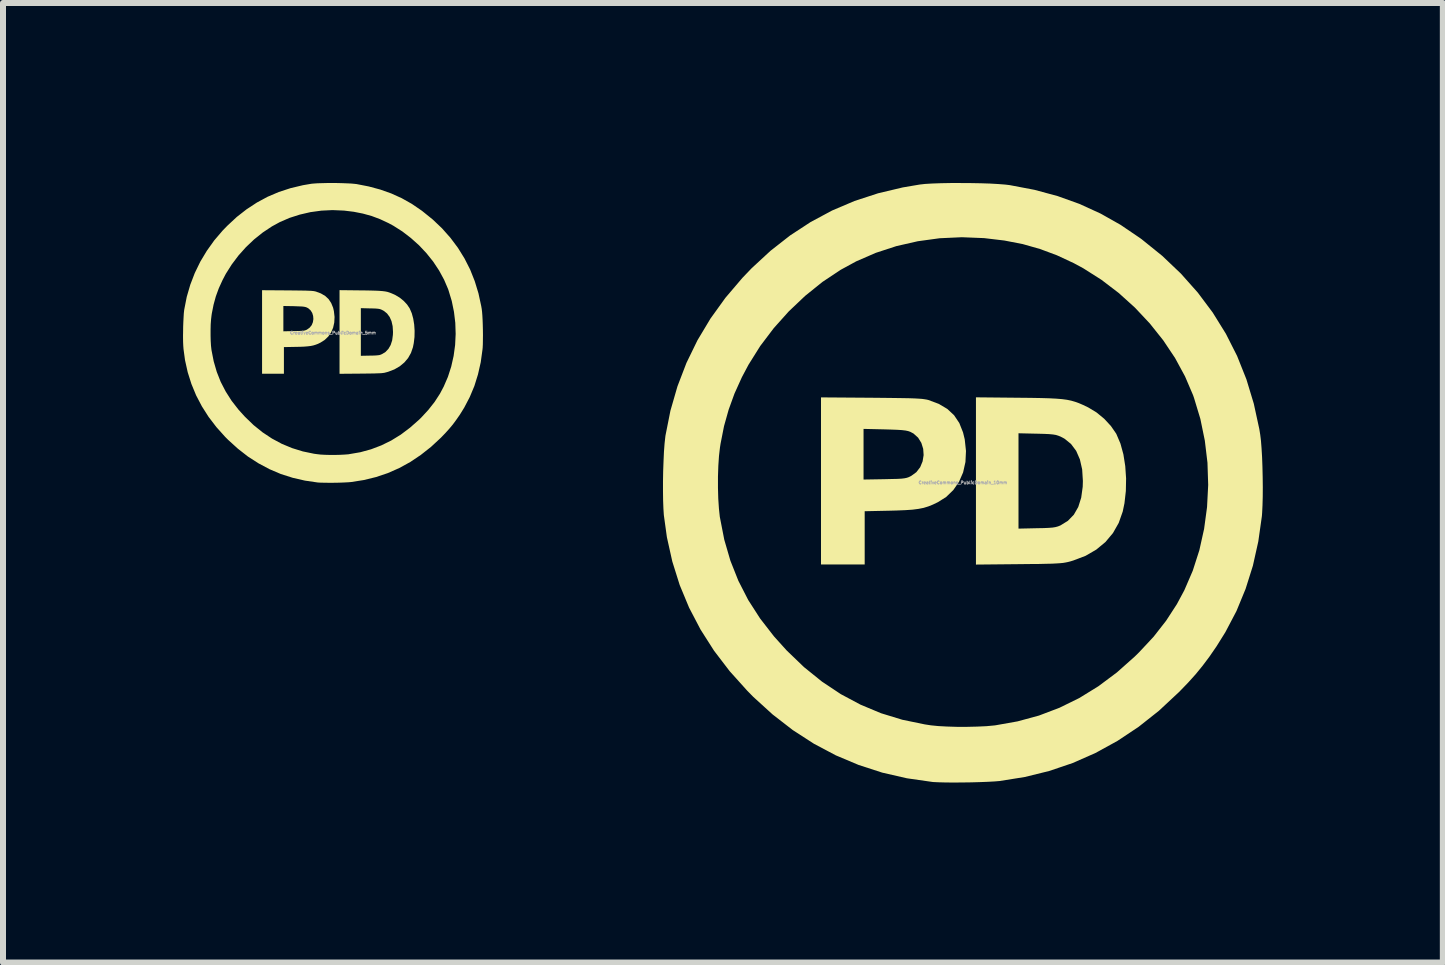
<source format=kicad_pcb>
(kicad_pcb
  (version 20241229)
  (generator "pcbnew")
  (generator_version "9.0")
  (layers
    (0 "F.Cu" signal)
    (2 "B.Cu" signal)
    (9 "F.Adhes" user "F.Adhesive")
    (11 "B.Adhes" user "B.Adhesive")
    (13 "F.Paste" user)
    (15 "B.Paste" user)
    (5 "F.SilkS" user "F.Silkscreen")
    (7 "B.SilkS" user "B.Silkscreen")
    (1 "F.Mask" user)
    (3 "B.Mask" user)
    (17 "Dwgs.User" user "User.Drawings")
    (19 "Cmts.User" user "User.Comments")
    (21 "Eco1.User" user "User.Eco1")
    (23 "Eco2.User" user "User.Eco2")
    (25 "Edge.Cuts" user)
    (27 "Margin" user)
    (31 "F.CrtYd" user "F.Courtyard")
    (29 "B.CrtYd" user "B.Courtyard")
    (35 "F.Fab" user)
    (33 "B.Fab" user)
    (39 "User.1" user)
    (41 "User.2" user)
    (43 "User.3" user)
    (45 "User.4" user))
  (footprint "CreativeCommons_PublicDomain_10mm"
    (layer "F.Cu")
    (at 12.995 4.992)
    (property "Reference" "CreativeCommons_PublicDomain_10mm" (at 0 0 0) (layer "F.Fab") (effects (font (size 0.05 0.05) (thickness 0.013))))
    (attr board_only exclude_from_pos_files exclude_from_bom)
    (fp_poly (pts (xy -1.523 -1.414) (xy -1.321 -1.412) (xy -1.152 -1.41) (xy -1.013 -1.408) (xy -0.899 -1.406) (xy -0.808 -1.403) (xy -0.737 -1.399) (xy -0.681 -1.395) (xy -0.637 -1.389) (xy -0.601 -1.383) (xy -0.573 -1.376) (xy -0.402 -1.312) (xy -0.26 -1.228) (xy -0.146 -1.122) (xy -0.059 -0.992) (xy 0.003 -0.836) (xy 0.031 -0.721) (xy 0.052 -0.527) (xy 0.043 -0.343) (xy 0.004 -0.17) (xy -0.064 -0.014) (xy -0.159 0.124) (xy -0.279 0.24) (xy -0.416 0.326) (xy -0.499 0.366) (xy -0.576 0.397) (xy -0.654 0.421) (xy -0.74 0.438) (xy -0.84 0.451) (xy -0.959 0.459) (xy -1.104 0.465) (xy -1.214 0.468) (xy -1.636 0.477) (xy -1.636 1.364) (xy -2.364 1.364) (xy -2.364 -0.895) (xy -1.655 -0.895) (xy -1.655 -0.051) (xy -1.304 -0.057) (xy -1.182 -0.06) (xy -1.09 -0.062) (xy -1.022 -0.066) (xy -0.972 -0.072) (xy -0.934 -0.08) (xy -0.902 -0.091) (xy -0.87 -0.107) (xy -0.863 -0.11) (xy -0.775 -0.174) (xy -0.711 -0.257) (xy -0.671 -0.354) (xy -0.654 -0.458) (xy -0.661 -0.562) (xy -0.692 -0.662) (xy -0.746 -0.749) (xy -0.823 -0.818) (xy -0.878 -0.847) (xy -0.913 -0.859) (xy -0.957 -0.868) (xy -1.017 -0.875) (xy -1.097 -0.88) (xy -1.204 -0.884) (xy -1.305 -0.887) (xy -1.655 -0.895) (xy -2.364 -0.895) (xy -2.364 -1.42)) (stroke (width 0) (type solid)) (fill yes) (layer "F.SilkS"))
    (fp_poly (pts (xy 0.932 -1.414) (xy 1.131 -1.412) (xy 1.299 -1.409) (xy 1.439 -1.405) (xy 1.555 -1.399) (xy 1.652 -1.391) (xy 1.735 -1.38) (xy 1.807 -1.365) (xy 1.872 -1.346) (xy 1.936 -1.323) (xy 2.003 -1.294) (xy 2.076 -1.259) (xy 2.09 -1.252) (xy 2.226 -1.17) (xy 2.355 -1.064) (xy 2.467 -0.943) (xy 2.554 -0.817) (xy 2.56 -0.805) (xy 2.626 -0.65) (xy 2.675 -0.471) (xy 2.706 -0.275) (xy 2.72 -0.068) (xy 2.716 0.14) (xy 2.693 0.343) (xy 2.664 0.482) (xy 2.597 0.672) (xy 2.501 0.841) (xy 2.376 0.99) (xy 2.224 1.116) (xy 2.045 1.22) (xy 1.84 1.298) (xy 1.791 1.313) (xy 1.752 1.323) (xy 1.713 1.331) (xy 1.671 1.338) (xy 1.621 1.343) (xy 1.56 1.347) (xy 1.482 1.351) (xy 1.385 1.353) (xy 1.263 1.356) (xy 1.113 1.357) (xy 0.932 1.359) (xy 0.218 1.366) (xy 0.218 -0.822) (xy 0.927 -0.822) (xy 0.927 0.767) (xy 1.232 0.76) (xy 1.347 0.758) (xy 1.434 0.754) (xy 1.497 0.749) (xy 1.545 0.741) (xy 1.585 0.73) (xy 1.622 0.715) (xy 1.627 0.713) (xy 1.75 0.637) (xy 1.849 0.535) (xy 1.923 0.406) (xy 1.972 0.251) (xy 1.997 0.07) (xy 2 -0.027) (xy 1.988 -0.22) (xy 1.95 -0.387) (xy 1.888 -0.529) (xy 1.802 -0.644) (xy 1.692 -0.733) (xy 1.627 -0.767) (xy 1.589 -0.782) (xy 1.55 -0.794) (xy 1.502 -0.802) (xy 1.439 -0.808) (xy 1.354 -0.812) (xy 1.24 -0.815) (xy 1.232 -0.815) (xy 0.927 -0.822) (xy 0.218 -0.822) (xy 0.218 -1.421)) (stroke (width 0) (type solid)) (fill yes) (layer "F.SilkS"))
    (fp_poly (pts (xy 0.131 -4.991) (xy 0.298 -4.988) (xy 0.454 -4.983) (xy 0.593 -4.975) (xy 0.708 -4.966) (xy 0.782 -4.957) (xy 1.192 -4.879) (xy 1.578 -4.775) (xy 1.943 -4.644) (xy 2.291 -4.485) (xy 2.625 -4.297) (xy 2.948 -4.078) (xy 2.98 -4.055) (xy 3.323 -3.778) (xy 3.634 -3.482) (xy 3.915 -3.166) (xy 4.164 -2.833) (xy 4.383 -2.48) (xy 4.57 -2.11) (xy 4.725 -1.721) (xy 4.848 -1.315) (xy 4.94 -0.892) (xy 4.955 -0.8) (xy 4.967 -0.702) (xy 4.977 -0.575) (xy 4.986 -0.427) (xy 4.992 -0.264) (xy 4.996 -0.094) (xy 4.998 0.074) (xy 4.997 0.235) (xy 4.993 0.381) (xy 4.987 0.503) (xy 4.983 0.557) (xy 4.923 0.981) (xy 4.833 1.385) (xy 4.711 1.772) (xy 4.559 2.141) (xy 4.374 2.493) (xy 4.228 2.727) (xy 4.109 2.9) (xy 3.995 3.052) (xy 3.879 3.194) (xy 3.751 3.336) (xy 3.603 3.489) (xy 3.591 3.5) (xy 3.266 3.803) (xy 2.927 4.071) (xy 2.575 4.305) (xy 2.209 4.506) (xy 1.83 4.673) (xy 1.437 4.806) (xy 1.031 4.906) (xy 0.61 4.973) (xy 0.609 4.973) (xy 0.524 4.98) (xy 0.412 4.986) (xy 0.281 4.991) (xy 0.138 4.995) (xy -0.01 4.997) (xy -0.153 4.998) (xy -0.286 4.997) (xy -0.4 4.994) (xy -0.488 4.99) (xy -0.509 4.988) (xy -0.933 4.927) (xy -1.343 4.833) (xy -1.737 4.705) (xy -2.117 4.545) (xy -2.483 4.351) (xy -2.834 4.124) (xy -3.171 3.863) (xy -3.494 3.569) (xy -3.594 3.467) (xy -3.887 3.141) (xy -4.146 2.802) (xy -4.371 2.449) (xy -4.562 2.084) (xy -4.719 1.706) (xy -4.842 1.314) (xy -4.932 0.91) (xy -4.983 0.54) (xy -4.99 0.432) (xy -4.995 0.297) (xy -4.997 0.142) (xy -4.997 0.086) (xy -4.081 0.086) (xy -4.076 0.267) (xy -4.065 0.432) (xy -4.05 0.573) (xy -4.048 0.582) (xy -3.976 0.951) (xy -3.874 1.301) (xy -3.741 1.636) (xy -3.577 1.956) (xy -3.379 2.264) (xy -3.148 2.562) (xy -2.936 2.797) (xy -2.648 3.074) (xy -2.348 3.316) (xy -2.034 3.525) (xy -1.706 3.7) (xy -1.364 3.843) (xy -1.008 3.952) (xy -0.635 4.029) (xy -0.531 4.045) (xy -0.41 4.057) (xy -0.263 4.065) (xy -0.099 4.07) (xy 0.071 4.07) (xy 0.237 4.066) (xy 0.391 4.059) (xy 0.52 4.047) (xy 0.539 4.045) (xy 0.911 3.979) (xy 1.268 3.882) (xy 1.61 3.752) (xy 1.94 3.59) (xy 2.259 3.393) (xy 2.567 3.163) (xy 2.865 2.898) (xy 2.937 2.827) (xy 3.178 2.569) (xy 3.386 2.303) (xy 3.566 2.026) (xy 3.691 1.793) (xy 3.831 1.468) (xy 3.941 1.126) (xy 4.02 0.771) (xy 4.069 0.408) (xy 4.088 0.039) (xy 4.076 -0.331) (xy 4.032 -0.699) (xy 3.958 -1.06) (xy 3.852 -1.411) (xy 3.836 -1.457) (xy 3.702 -1.77) (xy 3.536 -2.076) (xy 3.339 -2.371) (xy 3.115 -2.652) (xy 2.867 -2.916) (xy 2.598 -3.159) (xy 2.311 -3.378) (xy 2.009 -3.57) (xy 1.85 -3.656) (xy 1.567 -3.788) (xy 1.285 -3.893) (xy 0.996 -3.975) (xy 0.691 -4.034) (xy 0.363 -4.073) (xy 0.355 -4.074) (xy -0.017 -4.089) (xy -0.387 -4.072) (xy -0.751 -4.022) (xy -1.107 -3.941) (xy -1.45 -3.829) (xy -1.777 -3.687) (xy -2.036 -3.546) (xy -2.34 -3.344) (xy -2.629 -3.111) (xy -2.901 -2.853) (xy -3.151 -2.574) (xy -3.376 -2.277) (xy -3.571 -1.966) (xy -3.682 -1.757) (xy -3.806 -1.483) (xy -3.903 -1.215) (xy -3.98 -0.941) (xy -4.038 -0.647) (xy -4.048 -0.582) (xy -4.064 -0.443) (xy -4.075 -0.279) (xy -4.081 -0.099) (xy -4.081 0.086) (xy -4.997 0.086) (xy -4.997 -0.023) (xy -4.994 -0.193) (xy -4.988 -0.358) (xy -4.981 -0.513) (xy -4.971 -0.648) (xy -4.959 -0.757) (xy -4.956 -0.782) (xy -4.873 -1.199) (xy -4.756 -1.604) (xy -4.606 -1.995) (xy -4.423 -2.371) (xy -4.206 -2.733) (xy -3.957 -3.079) (xy -3.675 -3.41) (xy -3.519 -3.573) (xy -3.205 -3.863) (xy -2.878 -4.119) (xy -2.537 -4.342) (xy -2.179 -4.534) (xy -1.805 -4.693) (xy -1.413 -4.821) (xy -1.001 -4.919) (xy -0.718 -4.967) (xy -0.628 -4.977) (xy -0.509 -4.984) (xy -0.367 -4.989) (xy -0.208 -4.992) (xy -0.04 -4.992)) (stroke (width 0) (type solid)) (fill yes) (layer "F.SilkS")))
  (footprint "CreativeCommons_PublicDomain_5mm"
    (layer "F.Cu")
    (at 2.499 2.496)
    (property "Reference" "CreativeCommons_PublicDomain_5mm" (at 0 0 0) (layer "F.Fab") (effects (font (size 0.05 0.05) (thickness 0.013))))
    (attr board_only exclude_from_pos_files exclude_from_bom)
    (fp_poly (pts (xy -0.761 -0.707) (xy -0.66 -0.706) (xy -0.576 -0.705) (xy -0.506 -0.704) (xy -0.45 -0.703) (xy -0.404 -0.701) (xy -0.368 -0.7) (xy -0.34 -0.697) (xy -0.318 -0.695) (xy -0.301 -0.691) (xy -0.286 -0.688) (xy -0.201 -0.656) (xy -0.13 -0.614) (xy -0.073 -0.561) (xy -0.03 -0.496) (xy 0.002 -0.418) (xy 0.015 -0.361) (xy 0.026 -0.264) (xy 0.021 -0.171) (xy 0.002 -0.085) (xy -0.032 -0.007) (xy -0.079 0.062) (xy -0.14 0.12) (xy -0.208 0.163) (xy -0.249 0.183) (xy -0.288 0.198) (xy -0.327 0.21) (xy -0.37 0.219) (xy -0.42 0.225) (xy -0.479 0.23) (xy -0.552 0.233) (xy -0.607 0.234) (xy -0.818 0.238) (xy -0.818 0.682) (xy -1.182 0.682) (xy -1.182 -0.447) (xy -0.827 -0.447) (xy -0.827 -0.025) (xy -0.652 -0.029) (xy -0.591 -0.03) (xy -0.545 -0.031) (xy -0.511 -0.033) (xy -0.486 -0.036) (xy -0.467 -0.04) (xy -0.451 -0.046) (xy -0.435 -0.053) (xy -0.432 -0.055) (xy -0.388 -0.087) (xy -0.355 -0.128) (xy -0.335 -0.177) (xy -0.327 -0.229) (xy -0.331 -0.281) (xy -0.346 -0.331) (xy -0.373 -0.374) (xy -0.412 -0.409) (xy -0.439 -0.423) (xy -0.456 -0.429) (xy -0.479 -0.434) (xy -0.508 -0.438) (xy -0.549 -0.44) (xy -0.602 -0.442) (xy -0.652 -0.444) (xy -0.827 -0.447) (xy -1.182 -0.447) (xy -1.182 -0.71)) (stroke (width 0) (type solid)) (fill yes) (layer "F.SilkS"))
    (fp_poly (pts (xy 0.466 -0.707) (xy 0.566 -0.706) (xy 0.649 -0.704) (xy 0.719 -0.702) (xy 0.778 -0.699) (xy 0.826 -0.695) (xy 0.867 -0.69) (xy 0.903 -0.683) (xy 0.936 -0.673) (xy 0.968 -0.661) (xy 1.001 -0.647) (xy 1.038 -0.63) (xy 1.045 -0.626) (xy 1.113 -0.585) (xy 1.178 -0.532) (xy 1.234 -0.472) (xy 1.277 -0.408) (xy 1.28 -0.402) (xy 1.313 -0.325) (xy 1.337 -0.236) (xy 1.353 -0.137) (xy 1.36 -0.034) (xy 1.358 0.07) (xy 1.346 0.171) (xy 1.332 0.241) (xy 1.299 0.336) (xy 1.251 0.421) (xy 1.188 0.495) (xy 1.112 0.558) (xy 1.022 0.61) (xy 0.92 0.649) (xy 0.895 0.656) (xy 0.876 0.661) (xy 0.857 0.666) (xy 0.836 0.669) (xy 0.811 0.672) (xy 0.78 0.674) (xy 0.741 0.675) (xy 0.692 0.677) (xy 0.632 0.678) (xy 0.557 0.679) (xy 0.466 0.68) (xy 0.109 0.683) (xy 0.109 -0.411) (xy 0.464 -0.411) (xy 0.464 0.383) (xy 0.616 0.38) (xy 0.674 0.379) (xy 0.717 0.377) (xy 0.749 0.374) (xy 0.773 0.371) (xy 0.792 0.365) (xy 0.811 0.357) (xy 0.814 0.356) (xy 0.875 0.319) (xy 0.924 0.267) (xy 0.961 0.203) (xy 0.986 0.126) (xy 0.998 0.035) (xy 1 -0.014) (xy 0.994 -0.11) (xy 0.975 -0.194) (xy 0.944 -0.264) (xy 0.901 -0.322) (xy 0.846 -0.366) (xy 0.814 -0.383) (xy 0.795 -0.391) (xy 0.775 -0.397) (xy 0.751 -0.401) (xy 0.719 -0.404) (xy 0.677 -0.406) (xy 0.62 -0.407) (xy 0.616 -0.407) (xy 0.464 -0.411) (xy 0.109 -0.411) (xy 0.109 -0.711)) (stroke (width 0) (type solid)) (fill yes) (layer "F.SilkS"))
    (fp_poly (pts (xy 0.065 -2.496) (xy 0.149 -2.494) (xy 0.227 -2.491) (xy 0.297 -2.488) (xy 0.354 -2.483) (xy 0.391 -2.479) (xy 0.596 -2.439) (xy 0.789 -2.387) (xy 0.972 -2.322) (xy 1.146 -2.243) (xy 1.313 -2.149) (xy 1.474 -2.039) (xy 1.49 -2.027) (xy 1.661 -1.889) (xy 1.817 -1.741) (xy 1.957 -1.583) (xy 2.082 -1.416) (xy 2.191 -1.24) (xy 2.285 -1.055) (xy 2.362 -0.861) (xy 2.424 -0.658) (xy 2.47 -0.446) (xy 2.478 -0.4) (xy 2.484 -0.351) (xy 2.489 -0.288) (xy 2.493 -0.213) (xy 2.496 -0.132) (xy 2.498 -0.047) (xy 2.499 0.037) (xy 2.498 0.118) (xy 2.497 0.19) (xy 2.494 0.252) (xy 2.491 0.279) (xy 2.462 0.49) (xy 2.416 0.693) (xy 2.356 0.886) (xy 2.279 1.07) (xy 2.187 1.246) (xy 2.114 1.364) (xy 2.054 1.45) (xy 1.998 1.526) (xy 1.939 1.597) (xy 1.875 1.668) (xy 1.801 1.745) (xy 1.796 1.75) (xy 1.633 1.901) (xy 1.463 2.035) (xy 1.287 2.153) (xy 1.105 2.253) (xy 0.915 2.337) (xy 0.719 2.403) (xy 0.515 2.453) (xy 0.305 2.486) (xy 0.305 2.486) (xy 0.262 2.49) (xy 0.206 2.493) (xy 0.14 2.496) (xy 0.069 2.498) (xy -0.005 2.499) (xy -0.077 2.499) (xy -0.143 2.498) (xy -0.2 2.497) (xy -0.244 2.495) (xy -0.255 2.494) (xy -0.467 2.463) (xy -0.671 2.416) (xy -0.869 2.353) (xy -1.059 2.272) (xy -1.241 2.175) (xy -1.417 2.062) (xy -1.585 1.931) (xy -1.747 1.784) (xy -1.797 1.734) (xy -1.944 1.57) (xy -2.073 1.401) (xy -2.185 1.225) (xy -2.281 1.042) (xy -2.359 0.853) (xy -2.421 0.657) (xy -2.466 0.455) (xy -2.491 0.27) (xy -2.495 0.216) (xy -2.498 0.148) (xy -2.499 0.071) (xy -2.499 0.043) (xy -2.04 0.043) (xy -2.038 0.133) (xy -2.033 0.216) (xy -2.025 0.286) (xy -2.024 0.291) (xy -1.988 0.475) (xy -1.937 0.651) (xy -1.871 0.818) (xy -1.788 0.978) (xy -1.69 1.132) (xy -1.574 1.281) (xy -1.468 1.398) (xy -1.324 1.537) (xy -1.174 1.658) (xy -1.017 1.762) (xy -0.853 1.85) (xy -0.682 1.921) (xy -0.504 1.976) (xy -0.317 2.015) (xy -0.266 2.022) (xy -0.205 2.029) (xy -0.131 2.033) (xy -0.05 2.035) (xy 0.035 2.035) (xy 0.119 2.033) (xy 0.195 2.029) (xy 0.26 2.024) (xy 0.269 2.022) (xy 0.455 1.99) (xy 0.634 1.941) (xy 0.805 1.876) (xy 0.97 1.795) (xy 1.129 1.697) (xy 1.283 1.581) (xy 1.433 1.449) (xy 1.469 1.414) (xy 1.589 1.284) (xy 1.693 1.152) (xy 1.783 1.013) (xy 1.845 0.896) (xy 1.915 0.734) (xy 1.97 0.563) (xy 2.01 0.386) (xy 2.035 0.204) (xy 2.044 0.019) (xy 2.038 -0.166) (xy 2.016 -0.349) (xy 1.979 -0.53) (xy 1.926 -0.705) (xy 1.918 -0.729) (xy 1.851 -0.885) (xy 1.768 -1.038) (xy 1.67 -1.186) (xy 1.558 -1.326) (xy 1.434 -1.458) (xy 1.299 -1.579) (xy 1.156 -1.689) (xy 1.005 -1.785) (xy 0.925 -1.828) (xy 0.784 -1.894) (xy 0.643 -1.947) (xy 0.498 -1.987) (xy 0.346 -2.017) (xy 0.182 -2.037) (xy 0.177 -2.037) (xy -0.008 -2.045) (xy -0.193 -2.036) (xy -0.376 -2.011) (xy -0.553 -1.97) (xy -0.725 -1.915) (xy -0.888 -1.844) (xy -1.018 -1.773) (xy -1.17 -1.672) (xy -1.315 -1.556) (xy -1.451 -1.427) (xy -1.576 -1.287) (xy -1.688 -1.138) (xy -1.786 -0.983) (xy -1.841 -0.878) (xy -1.903 -0.742) (xy -1.952 -0.608) (xy -1.99 -0.47) (xy -2.019 -0.324) (xy -2.024 -0.291) (xy -2.032 -0.222) (xy -2.038 -0.14) (xy -2.04 -0.05) (xy -2.04 0.043) (xy -2.499 0.043) (xy -2.498 -0.012) (xy -2.497 -0.096) (xy -2.494 -0.179) (xy -2.49 -0.256) (xy -2.486 -0.324) (xy -2.48 -0.379) (xy -2.478 -0.391) (xy -2.437 -0.6) (xy -2.378 -0.802) (xy -2.303 -0.997) (xy -2.211 -1.186) (xy -2.103 -1.366) (xy -1.979 -1.54) (xy -1.838 -1.705) (xy -1.759 -1.786) (xy -1.603 -1.931) (xy -1.439 -2.059) (xy -1.268 -2.171) (xy -1.09 -2.267) (xy -0.902 -2.347) (xy -0.706 -2.411) (xy -0.5 -2.46) (xy -0.359 -2.484) (xy -0.314 -2.488) (xy -0.255 -2.492) (xy -0.183 -2.494) (xy -0.104 -2.496) (xy -0.02 -2.496)) (stroke (width 0) (type solid)) (fill yes) (layer "F.SilkS")))
  (gr_rect
    (start -3 -3)
    (end 20.993 12.99)
    (stroke (width 0.1) (type default))
    (fill no)
    (layer "Edge.Cuts")))
</source>
